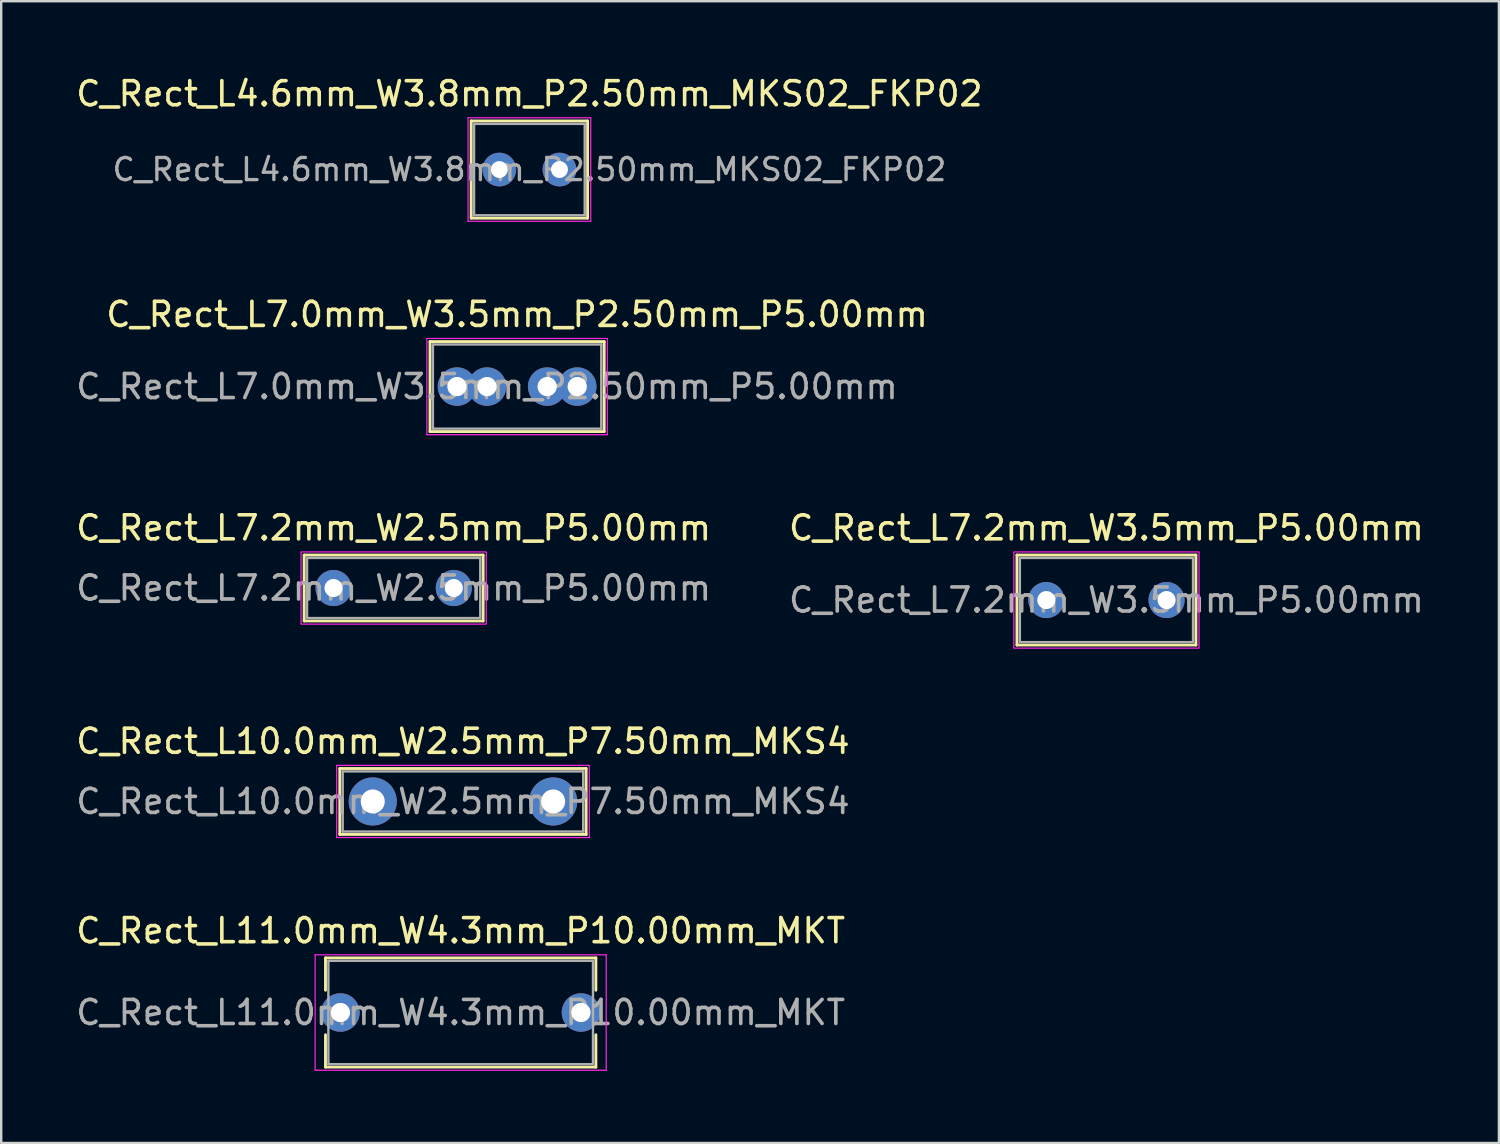
<source format=kicad_pcb>
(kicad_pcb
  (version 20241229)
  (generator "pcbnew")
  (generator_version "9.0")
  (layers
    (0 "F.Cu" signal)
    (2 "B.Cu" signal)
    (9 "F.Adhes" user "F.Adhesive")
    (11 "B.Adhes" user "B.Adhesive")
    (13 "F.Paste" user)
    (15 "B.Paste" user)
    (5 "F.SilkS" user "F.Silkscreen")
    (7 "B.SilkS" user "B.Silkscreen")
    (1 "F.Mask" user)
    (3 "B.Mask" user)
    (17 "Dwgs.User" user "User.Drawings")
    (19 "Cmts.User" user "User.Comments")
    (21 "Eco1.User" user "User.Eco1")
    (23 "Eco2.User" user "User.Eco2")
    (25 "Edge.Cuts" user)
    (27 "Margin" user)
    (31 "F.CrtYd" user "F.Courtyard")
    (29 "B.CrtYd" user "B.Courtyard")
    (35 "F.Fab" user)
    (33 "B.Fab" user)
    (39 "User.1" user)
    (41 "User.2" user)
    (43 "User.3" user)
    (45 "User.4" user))
  (footprint "C_Rect_L10.0mm_W2.5mm_P7.50mm_MKS4"
    (layer "F.Cu")
    (at 12.446 30.268)
    (property "Reference" "C_Rect_L10.0mm_W2.5mm_P7.50mm_MKS4" (at 3.75 -2.5 0) (layer "F.SilkS") (effects (font (size 1 1) (thickness 0.15))))
    (attr through_hole)
    (fp_line (start -1.37 -1.37) (end -1.37 1.37) (stroke (width 0.12) (type solid)) (layer "F.SilkS"))
    (fp_line (start -1.37 -1.37) (end 8.87 -1.37) (stroke (width 0.12) (type solid)) (layer "F.SilkS"))
    (fp_line (start -1.37 1.37) (end 8.87 1.37) (stroke (width 0.12) (type solid)) (layer "F.SilkS"))
    (fp_line (start 8.87 -1.37) (end 8.87 1.37) (stroke (width 0.12) (type solid)) (layer "F.SilkS"))
    (fp_line (start -1.5 -1.5) (end -1.5 1.5) (stroke (width 0.05) (type solid)) (layer "F.CrtYd"))
    (fp_line (start -1.5 1.5) (end 9 1.5) (stroke (width 0.05) (type solid)) (layer "F.CrtYd"))
    (fp_line (start 9 -1.5) (end -1.5 -1.5) (stroke (width 0.05) (type solid)) (layer "F.CrtYd"))
    (fp_line (start 9 1.5) (end 9 -1.5) (stroke (width 0.05) (type solid)) (layer "F.CrtYd"))
    (fp_line (start -1.25 -1.25) (end -1.25 1.25) (stroke (width 0.1) (type solid)) (layer "F.Fab"))
    (fp_line (start -1.25 1.25) (end 8.75 1.25) (stroke (width 0.1) (type solid)) (layer "F.Fab"))
    (fp_line (start 8.75 -1.25) (end -1.25 -1.25) (stroke (width 0.1) (type solid)) (layer "F.Fab"))
    (fp_line (start 8.75 1.25) (end 8.75 -1.25) (stroke (width 0.1) (type solid)) (layer "F.Fab"))
    (fp_text user "${REFERENCE}" (at 3.75 0 0) (layer "F.Fab") (effects (font (size 1 1) (thickness 0.15))))
    (pad "1" thru_hole circle (at 0 0) (size 2 2) (drill 1) (layers "*.Cu" "*.Mask"))
    (pad "2" thru_hole circle (at 7.5 0) (size 2 2) (drill 1) (layers "*.Cu" "*.Mask")))
  (footprint "C_Rect_L11.0mm_W4.3mm_P10.00mm_MKT"
    (layer "F.Cu")
    (at 11.101 39.041)
    (property "Reference" "C_Rect_L11.0mm_W4.3mm_P10.00mm_MKT" (at 5 -3.4 0) (layer "F.SilkS") (effects (font (size 1 1) (thickness 0.15))))
    (attr through_hole)
    (fp_line (start -0.62 -2.27) (end -0.62 -0.925) (stroke (width 0.12) (type solid)) (layer "F.SilkS"))
    (fp_line (start -0.62 -2.27) (end 10.62 -2.27) (stroke (width 0.12) (type solid)) (layer "F.SilkS"))
    (fp_line (start -0.62 0.925) (end -0.62 2.27) (stroke (width 0.12) (type solid)) (layer "F.SilkS"))
    (fp_line (start -0.62 2.27) (end 10.62 2.27) (stroke (width 0.12) (type solid)) (layer "F.SilkS"))
    (fp_line (start 10.62 -2.27) (end 10.62 -0.925) (stroke (width 0.12) (type solid)) (layer "F.SilkS"))
    (fp_line (start 10.62 0.925) (end 10.62 2.27) (stroke (width 0.12) (type solid)) (layer "F.SilkS"))
    (fp_line (start -1.05 -2.4) (end -1.05 2.4) (stroke (width 0.05) (type solid)) (layer "F.CrtYd"))
    (fp_line (start -1.05 2.4) (end 11.05 2.4) (stroke (width 0.05) (type solid)) (layer "F.CrtYd"))
    (fp_line (start 11.05 -2.4) (end -1.05 -2.4) (stroke (width 0.05) (type solid)) (layer "F.CrtYd"))
    (fp_line (start 11.05 2.4) (end 11.05 -2.4) (stroke (width 0.05) (type solid)) (layer "F.CrtYd"))
    (fp_line (start -0.5 -2.15) (end -0.5 2.15) (stroke (width 0.1) (type solid)) (layer "F.Fab"))
    (fp_line (start -0.5 2.15) (end 10.5 2.15) (stroke (width 0.1) (type solid)) (layer "F.Fab"))
    (fp_line (start 10.5 -2.15) (end -0.5 -2.15) (stroke (width 0.1) (type solid)) (layer "F.Fab"))
    (fp_line (start 10.5 2.15) (end 10.5 -2.15) (stroke (width 0.1) (type solid)) (layer "F.Fab"))
    (fp_text user "${REFERENCE}" (at 5 0 0) (layer "F.Fab") (effects (font (size 1 1) (thickness 0.15))))
    (pad "1" thru_hole circle (at 0 0) (size 1.6 1.6) (drill 0.8) (layers "*.Cu" "*.Mask"))
    (pad "2" thru_hole circle (at 10 0) (size 1.6 1.6) (drill 0.8) (layers "*.Cu" "*.Mask")))
  (footprint "C_Rect_L7.0mm_W3.5mm_P2.50mm_P5.00mm"
    (layer "F.Cu")
    (at 15.946 13.021)
    (property "Reference" "C_Rect_L7.0mm_W3.5mm_P2.50mm_P5.00mm" (at 2.5 -3 0) (layer "F.SilkS") (effects (font (size 1 1) (thickness 0.15))))
    (attr through_hole)
    (fp_line (start -1.12 -1.87) (end -1.12 1.87) (stroke (width 0.12) (type solid)) (layer "F.SilkS"))
    (fp_line (start -1.12 -1.87) (end 6.12 -1.87) (stroke (width 0.12) (type solid)) (layer "F.SilkS"))
    (fp_line (start -1.12 1.87) (end 6.12 1.87) (stroke (width 0.12) (type solid)) (layer "F.SilkS"))
    (fp_line (start 6.12 -1.87) (end 6.12 1.87) (stroke (width 0.12) (type solid)) (layer "F.SilkS"))
    (fp_line (start -1.25 -2) (end -1.25 2) (stroke (width 0.05) (type solid)) (layer "F.CrtYd"))
    (fp_line (start -1.25 2) (end 6.25 2) (stroke (width 0.05) (type solid)) (layer "F.CrtYd"))
    (fp_line (start 6.25 -2) (end -1.25 -2) (stroke (width 0.05) (type solid)) (layer "F.CrtYd"))
    (fp_line (start 6.25 2) (end 6.25 -2) (stroke (width 0.05) (type solid)) (layer "F.CrtYd"))
    (fp_line (start -1 -1.75) (end -1 1.75) (stroke (width 0.1) (type solid)) (layer "F.Fab"))
    (fp_line (start -1 1.75) (end 6 1.75) (stroke (width 0.1) (type solid)) (layer "F.Fab"))
    (fp_line (start 6 -1.75) (end -1 -1.75) (stroke (width 0.1) (type solid)) (layer "F.Fab"))
    (fp_line (start 6 1.75) (end 6 -1.75) (stroke (width 0.1) (type solid)) (layer "F.Fab"))
    (fp_text user "${REFERENCE}" (at 1.25 0 0) (layer "F.Fab") (effects (font (size 1 1) (thickness 0.15))))
    (pad "1" thru_hole circle (at 0 0) (size 1.6 1.6) (drill 0.8) (layers "*.Cu" "*.Mask"))
    (pad "1" thru_hole circle (at 1.25 0) (size 1.6 1.6) (drill 0.8) (layers "*.Cu" "*.Mask"))
    (pad "2" thru_hole circle (at 3.75 0) (size 1.6 1.6) (drill 0.8) (layers "*.Cu" "*.Mask"))
    (pad "2" thru_hole circle (at 5 0) (size 1.6 1.6) (drill 0.8) (layers "*.Cu" "*.Mask")))
  (footprint "C_Rect_L7.2mm_W3.5mm_P5.00mm"
    (layer "F.Cu")
    (at 40.446 21.895)
    (property "Reference" "C_Rect_L7.2mm_W3.5mm_P5.00mm" (at 2.5 -3 0) (layer "F.SilkS") (effects (font (size 1 1) (thickness 0.15))))
    (attr through_hole)
    (fp_line (start -1.22 -1.87) (end 6.22 -1.87) (stroke (width 0.12) (type solid)) (layer "F.SilkS"))
    (fp_line (start -1.22 1.87) (end -1.22 -1.87) (stroke (width 0.12) (type solid)) (layer "F.SilkS"))
    (fp_line (start 6.22 -1.87) (end 6.22 1.87) (stroke (width 0.12) (type solid)) (layer "F.SilkS"))
    (fp_line (start 6.22 1.87) (end -1.22 1.87) (stroke (width 0.12) (type solid)) (layer "F.SilkS"))
    (fp_rect (start -1.35 -2) (end 6.35 2) (stroke (width 0.05) (type solid)) (fill no) (layer "F.CrtYd"))
    (fp_rect (start -1.1 -1.75) (end 6.1 1.75) (stroke (width 0.1) (type solid)) (fill no) (layer "F.Fab"))
    (fp_text user "${REFERENCE}" (at 2.5 0 0) (layer "F.Fab") (effects (font (size 1 1) (thickness 0.15))))
    (pad "1" thru_hole circle (at 0 0) (size 1.5 1.5) (drill 0.75) (layers "*.Cu" "*.Mask"))
    (pad "2" thru_hole circle (at 5 0) (size 1.5 1.5) (drill 0.75) (layers "*.Cu" "*.Mask")))
  (footprint "C_Rect_L4.6mm_W3.8mm_P2.50mm_MKS02_FKP02"
    (layer "F.Cu")
    (at 17.708 3.998)
    (property "Reference" "C_Rect_L4.6mm_W3.8mm_P2.50mm_MKS02_FKP02" (at 1.25 -3.15 0) (layer "F.SilkS") (effects (font (size 1 1) (thickness 0.15))))
    (attr through_hole)
    (fp_line (start -1.17 -2.02) (end -1.17 2.02) (stroke (width 0.12) (type solid)) (layer "F.SilkS"))
    (fp_line (start -1.17 -2.02) (end 3.67 -2.02) (stroke (width 0.12) (type solid)) (layer "F.SilkS"))
    (fp_line (start -1.17 2.02) (end 3.67 2.02) (stroke (width 0.12) (type solid)) (layer "F.SilkS"))
    (fp_line (start 3.67 -2.02) (end 3.67 2.02) (stroke (width 0.12) (type solid)) (layer "F.SilkS"))
    (fp_line (start -1.3 -2.15) (end -1.3 2.15) (stroke (width 0.05) (type solid)) (layer "F.CrtYd"))
    (fp_line (start -1.3 2.15) (end 3.8 2.15) (stroke (width 0.05) (type solid)) (layer "F.CrtYd"))
    (fp_line (start 3.8 -2.15) (end -1.3 -2.15) (stroke (width 0.05) (type solid)) (layer "F.CrtYd"))
    (fp_line (start 3.8 2.15) (end 3.8 -2.15) (stroke (width 0.05) (type solid)) (layer "F.CrtYd"))
    (fp_line (start -1.05 -1.9) (end -1.05 1.9) (stroke (width 0.1) (type solid)) (layer "F.Fab"))
    (fp_line (start -1.05 1.9) (end 3.55 1.9) (stroke (width 0.1) (type solid)) (layer "F.Fab"))
    (fp_line (start 3.55 -1.9) (end -1.05 -1.9) (stroke (width 0.1) (type solid)) (layer "F.Fab"))
    (fp_line (start 3.55 1.9) (end 3.55 -1.9) (stroke (width 0.1) (type solid)) (layer "F.Fab"))
    (fp_text user "${REFERENCE}" (at 1.25 0 0) (layer "F.Fab") (effects (font (size 0.92 0.92) (thickness 0.138))))
    (pad "1" thru_hole circle (at 0 0) (size 1.4 1.4) (drill 0.7) (layers "*.Cu" "*.Mask"))
    (pad "2" thru_hole circle (at 2.5 0) (size 1.4 1.4) (drill 0.7) (layers "*.Cu" "*.Mask")))
  (footprint "C_Rect_L7.2mm_W2.5mm_P5.00mm"
    (layer "F.Cu")
    (at 10.815 21.395)
    (property "Reference" "C_Rect_L7.2mm_W2.5mm_P5.00mm" (at 2.5 -2.5 0) (layer "F.SilkS") (effects (font (size 1 1) (thickness 0.15))))
    (attr through_hole)
    (fp_line (start -1.22 -1.37) (end 6.22 -1.37) (stroke (width 0.12) (type solid)) (layer "F.SilkS"))
    (fp_line (start -1.22 1.37) (end -1.22 -1.37) (stroke (width 0.12) (type solid)) (layer "F.SilkS"))
    (fp_line (start 6.22 -1.37) (end 6.22 1.37) (stroke (width 0.12) (type solid)) (layer "F.SilkS"))
    (fp_line (start 6.22 1.37) (end -1.22 1.37) (stroke (width 0.12) (type solid)) (layer "F.SilkS"))
    (fp_rect (start -1.35 -1.5) (end 6.35 1.5) (stroke (width 0.05) (type solid)) (fill no) (layer "F.CrtYd"))
    (fp_rect (start -1.1 -1.25) (end 6.1 1.25) (stroke (width 0.1) (type solid)) (fill no) (layer "F.Fab"))
    (fp_text user "${REFERENCE}" (at 2.5 0 0) (layer "F.Fab") (effects (font (size 1 1) (thickness 0.15))))
    (pad "1" thru_hole circle (at 0 0) (size 1.5 1.5) (drill 0.75) (layers "*.Cu" "*.Mask"))
    (pad "2" thru_hole circle (at 5 0) (size 1.5 1.5) (drill 0.75) (layers "*.Cu" "*.Mask")))
  (gr_rect
    (start -3 -3)
    (end 59.262 44.466)
    (stroke (width 0.1) (type default))
    (fill no)
    (layer "Edge.Cuts")))
</source>
